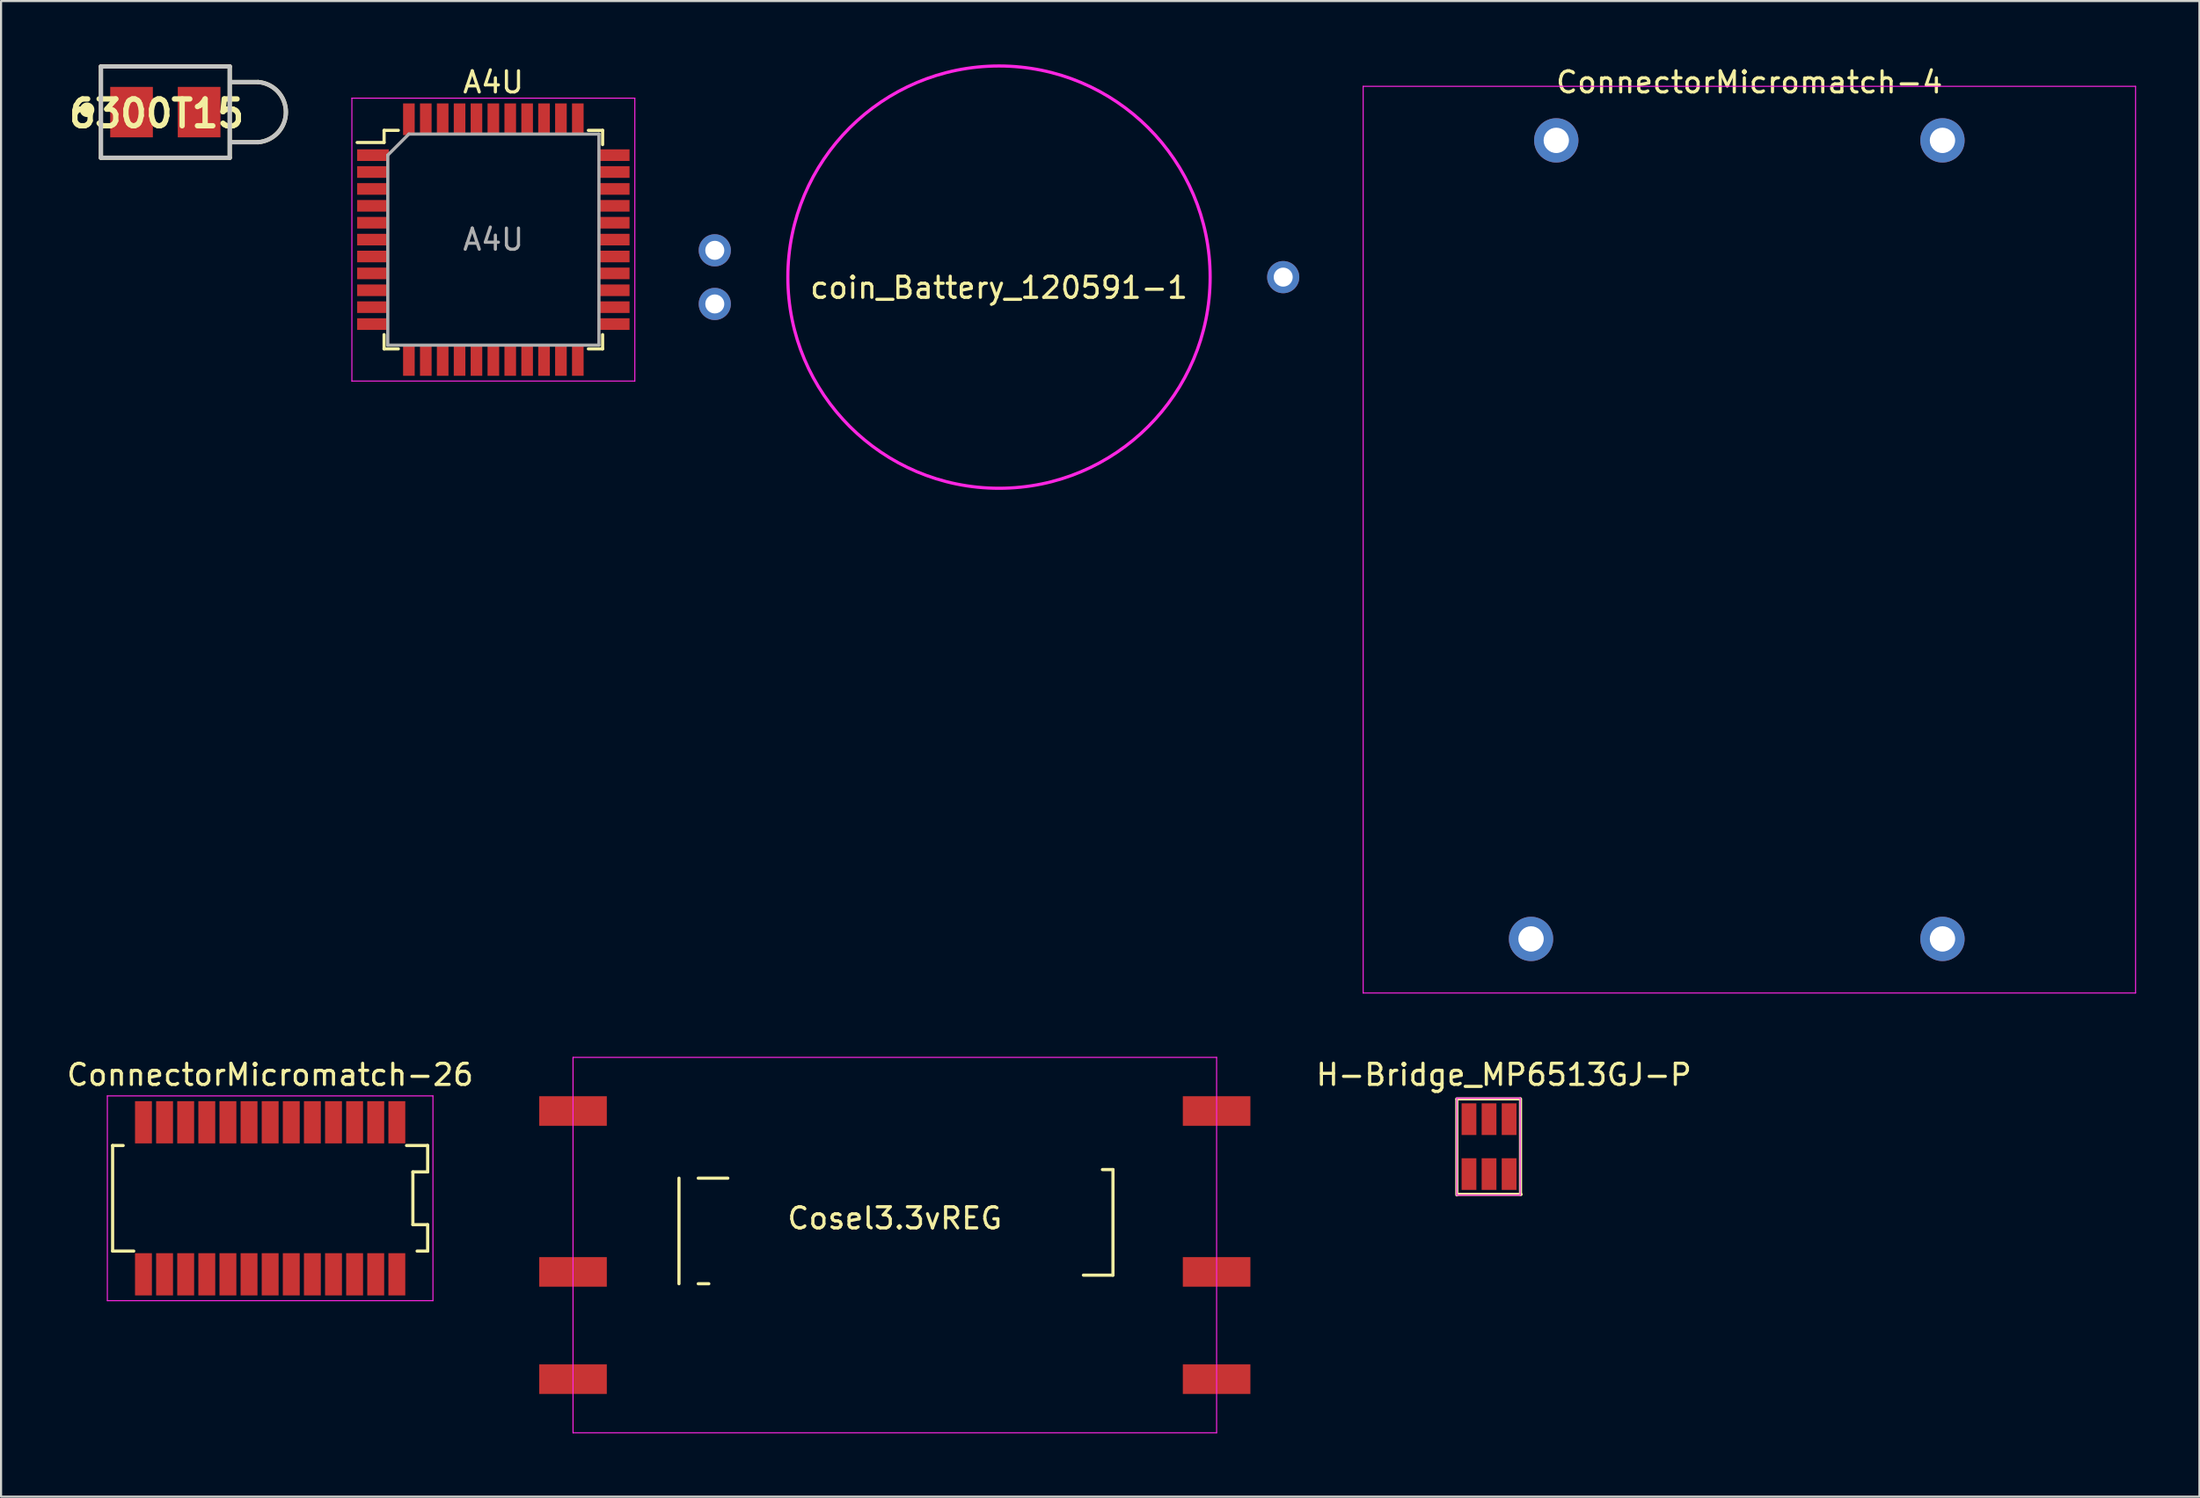
<source format=kicad_pcb>
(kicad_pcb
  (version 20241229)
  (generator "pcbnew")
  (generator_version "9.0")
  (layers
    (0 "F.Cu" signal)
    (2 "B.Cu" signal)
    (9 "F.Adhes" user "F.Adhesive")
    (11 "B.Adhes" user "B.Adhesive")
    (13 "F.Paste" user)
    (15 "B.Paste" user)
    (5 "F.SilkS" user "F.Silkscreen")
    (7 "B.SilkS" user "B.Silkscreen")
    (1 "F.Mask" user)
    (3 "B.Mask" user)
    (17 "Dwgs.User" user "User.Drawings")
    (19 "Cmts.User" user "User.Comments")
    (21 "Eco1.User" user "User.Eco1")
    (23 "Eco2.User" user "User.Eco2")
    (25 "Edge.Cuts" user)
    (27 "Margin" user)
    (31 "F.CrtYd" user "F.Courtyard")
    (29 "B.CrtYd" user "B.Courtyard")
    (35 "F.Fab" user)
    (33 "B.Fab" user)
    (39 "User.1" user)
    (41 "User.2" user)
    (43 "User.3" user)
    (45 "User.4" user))
  (footprint "Cosel3.3vREG"
    (layer "F.Cu")
    (at 39.328 59.728)
    (property "Reference" "Cosel3.3vREG" (at 0 -5.08 0) (layer "F.SilkS") (effects (font (size 1 1) (thickness 0.15))))
    (attr smd)
    (fp_line (start -10.222 -6.979) (end -10.222 -1.979) (stroke (width 0.15) (type solid)) (layer "F.SilkS"))
    (fp_line (start -9.309 -1.979) (end -8.809 -1.979) (stroke (width 0.15) (type solid)) (layer "F.SilkS"))
    (fp_line (start -7.909 -6.979) (end -9.309 -6.979) (stroke (width 0.15) (type solid)) (layer "F.SilkS"))
    (fp_line (start 9.832 -7.386) (end 10.332 -7.386) (stroke (width 0.15) (type solid)) (layer "F.SilkS"))
    (fp_line (start 10.332 -7.386) (end 10.332 -2.386) (stroke (width 0.15) (type solid)) (layer "F.SilkS"))
    (fp_line (start 10.332 -2.386) (end 8.932 -2.386) (stroke (width 0.15) (type solid)) (layer "F.SilkS"))
    (fp_line (start -15.24 -12.7) (end -15.24 5.08) (stroke (width 0.05) (type solid)) (layer "F.CrtYd"))
    (fp_line (start -15.24 5.08) (end 15.24 5.08) (stroke (width 0.05) (type solid)) (layer "F.CrtYd"))
    (fp_line (start 15.24 -12.7) (end -15.24 -12.7) (stroke (width 0.05) (type solid)) (layer "F.CrtYd"))
    (fp_line (start 15.24 -12.7) (end 15.24 5.08) (stroke (width 0.05) (type solid)) (layer "F.CrtYd"))
    (pad "1" smd rect (at -15.24 -10.16 90) (size 1.4 3.2) (layers "F.Cu" "F.Mask" "F.Paste"))
    (pad "2" smd rect (at 15.24 -10.16 90) (size 1.4 3.2) (layers "F.Cu" "F.Mask" "F.Paste"))
    (pad "3" smd rect (at -15.24 -2.54 90) (size 1.4 3.2) (layers "F.Cu" "F.Mask" "F.Paste"))
    (pad "4" smd rect (at 15.24 -2.54 90) (size 1.4 3.2) (layers "F.Cu" "F.Mask" "F.Paste"))
    (pad "5" smd rect (at -15.24 2.54 90) (size 1.4 3.2) (layers "F.Cu" "F.Mask" "F.Paste"))
    (pad "6" smd rect (at 15.24 2.54 90) (size 1.4 3.2) (layers "F.Cu" "F.Mask" "F.Paste")))
  (footprint "ConnectorMicromatch-4"
    (layer "F.Cu")
    (at 79.799 22.508)
    (property "Reference" "ConnectorMicromatch-4" (at 0 -21.66 0) (layer "F.SilkS") (effects (font (size 1 1) (thickness 0.15))))
    (attr smd)
    (fp_line (start -18.29 -21.47) (end -18.29 21.47) (stroke (width 0.05) (type solid)) (layer "F.CrtYd"))
    (fp_line (start -18.29 -21.47) (end 18.29 -21.47) (stroke (width 0.05) (type solid)) (layer "F.CrtYd"))
    (fp_line (start 18.29 -21.47) (end 18.29 21.47) (stroke (width 0.05) (type solid)) (layer "F.CrtYd"))
    (fp_line (start 18.29 21.47) (end -18.29 21.47) (stroke (width 0.05) (type solid)) (layer "F.CrtYd"))
    (pad "1" thru_hole circle (at -10.34 18.91) (size 2.1 2.1) (drill 1.2) (layers "*.Cu" "*.Mask"))
    (pad "1" thru_hole circle (at -9.145 -18.91) (size 2.1 2.1) (drill 1.2) (layers "*.Cu" "*.Mask"))
    (pad "1" thru_hole circle (at 9.145 -18.91) (size 2.1 2.1) (drill 1.2) (layers "*.Cu" "*.Mask"))
    (pad "1" thru_hole circle (at 9.145 18.91) (size 2.1 2.1) (drill 1.2) (layers "*.Cu" "*.Mask")))
  (footprint "6300T15"
    (layer "F.Cu")
    (at 4.78 2.26)
    (property "Reference" "6300T15" (at -0.414 0.071 0) (layer "F.SilkS") (effects (font (size 1.27 1.27) (thickness 0.254))))
    (attr smd)
    (fp_line (start -3.05 -2.16) (end -3.05 2.16) (stroke (width 0.2) (type solid)) (layer "F.SilkS"))
    (fp_line (start -3.05 2.16) (end 3.05 2.16) (stroke (width 0.2) (type solid)) (layer "F.SilkS"))
    (fp_line (start 3.05 -2.16) (end -3.05 -2.16) (stroke (width 0.2) (type solid)) (layer "F.SilkS"))
    (fp_line (start 3.05 2.16) (end 3.05 -2.16) (stroke (width 0.2) (type solid)) (layer "F.SilkS"))
    (fp_line (start 4.4 -1.425) (end 3.058 -1.425) (stroke (width 0.2) (type solid)) (layer "F.SilkS"))
    (fp_line (start 4.4 1.425) (end 3.058 1.425) (stroke (width 0.2) (type solid)) (layer "F.SilkS"))
    (fp_arc (start 4.4 -1.425) (mid 5.709998 0.000388) (end 4.399227 1.425065) (stroke (width 0.2) (type solid)) (layer "F.SilkS"))
    (fp_circle (center -3.706 -0.112) (end -3.797 -0.112) (stroke (width 0.254) (type solid)) (fill no) (layer "F.SilkS"))
    (fp_line (start -3.05 -2.16) (end 3.05 -2.16) (stroke (width 0.2) (type solid)) (layer "Dwgs.User"))
    (fp_line (start -3.05 2.16) (end -3.05 -2.16) (stroke (width 0.2) (type solid)) (layer "Dwgs.User"))
    (fp_line (start 3.05 -2.16) (end 3.05 2.16) (stroke (width 0.2) (type solid)) (layer "Dwgs.User"))
    (fp_line (start 3.05 2.16) (end -3.05 2.16) (stroke (width 0.2) (type solid)) (layer "Dwgs.User"))
    (fp_line (start 3.058 -1.425) (end 4.4 -1.425) (stroke (width 0.2) (type solid)) (layer "Dwgs.User"))
    (fp_line (start 3.058 1.425) (end 4.4 1.425) (stroke (width 0.2) (type solid)) (layer "Dwgs.User"))
    (fp_arc (start 4.399227 -1.425065) (mid 5.709998 -0.000388) (end 4.4 1.425) (stroke (width 0.2) (type solid)) (layer "Dwgs.User"))
    (pad "1" smd rect (at -1.6 0) (size 2.02 2.39) (layers "F.Cu" "F.Mask" "F.Paste"))
    (pad "2" smd rect (at 1.6 0) (size 2.02 2.39) (layers "F.Cu" "F.Mask" "F.Paste")))
  (footprint "coin_Battery_120591-1"
    (layer "F.Cu")
    (at 44.262 10.075)
    (property "Reference" "coin_Battery_120591-1" (at 0 0.5 0) (layer "F.SilkS") (effects (font (size 1 1) (thickness 0.15))))
    (attr through_hole)
    (fp_circle (center 0 0) (end 10 0) (stroke (width 0.15) (type solid)) (fill no) (layer "F.CrtYd"))
    (pad "1" thru_hole circle (at 13.46 0) (size 1.524 1.524) (drill 0.9) (layers "*.Cu" "*.Mask"))
    (pad "2" thru_hole circle (at -13.46 1.27) (size 1.524 1.524) (drill 0.9) (layers "*.Cu" "*.Mask"))
    (pad "3" thru_hole circle (at -13.46 -1.27) (size 1.524 1.524) (drill 0.9) (layers "*.Cu" "*.Mask")))
  (footprint "ConnectorMicromatch-26"
    (layer "F.Cu")
    (at 9.744 53.702)
    (property "Reference" "ConnectorMicromatch-26" (at 0 -5.85 0) (layer "F.SilkS") (effects (font (size 1 1) (thickness 0.15))))
    (attr smd)
    (fp_line (start -7.46 -2.5) (end -7.46 2.5) (stroke (width 0.15) (type solid)) (layer "F.SilkS"))
    (fp_line (start -7.46 2.5) (end -6.46 2.5) (stroke (width 0.15) (type solid)) (layer "F.SilkS"))
    (fp_line (start -6.96 -2.5) (end -7.46 -2.5) (stroke (width 0.15) (type solid)) (layer "F.SilkS"))
    (fp_line (start 6.46 -2.5) (end 7.46 -2.5) (stroke (width 0.15) (type solid)) (layer "F.SilkS"))
    (fp_line (start 6.76 -1.25) (end 6.76 1.25) (stroke (width 0.15) (type solid)) (layer "F.SilkS"))
    (fp_line (start 6.76 1.25) (end 7.46 1.25) (stroke (width 0.15) (type solid)) (layer "F.SilkS"))
    (fp_line (start 7.46 -2.5) (end 7.46 -1.25) (stroke (width 0.15) (type solid)) (layer "F.SilkS"))
    (fp_line (start 7.46 -1.25) (end 6.76 -1.25) (stroke (width 0.15) (type solid)) (layer "F.SilkS"))
    (fp_line (start 7.46 1.25) (end 7.46 2.5) (stroke (width 0.15) (type solid)) (layer "F.SilkS"))
    (fp_line (start 7.46 2.5) (end 6.96 2.5) (stroke (width 0.15) (type solid)) (layer "F.SilkS"))
    (fp_line (start -7.71 -4.85) (end 7.71 -4.85) (stroke (width 0.05) (type solid)) (layer "F.CrtYd"))
    (fp_line (start -7.71 4.85) (end -7.71 -4.85) (stroke (width 0.05) (type solid)) (layer "F.CrtYd"))
    (fp_line (start 7.71 -4.85) (end 7.71 4.85) (stroke (width 0.05) (type solid)) (layer "F.CrtYd"))
    (fp_line (start 7.71 4.85) (end -7.71 4.85) (stroke (width 0.05) (type solid)) (layer "F.CrtYd"))
    (pad "1" smd rect (at -6 -3.6) (size 0.8 2) (layers "F.Cu" "F.Mask" "F.Paste"))
    (pad "2" smd rect (at -6 3.6) (size 0.8 2) (layers "F.Cu" "F.Mask" "F.Paste"))
    (pad "3" smd rect (at -5 -3.6) (size 0.8 2) (layers "F.Cu" "F.Mask" "F.Paste"))
    (pad "4" smd rect (at -5 3.6) (size 0.8 2) (layers "F.Cu" "F.Mask" "F.Paste"))
    (pad "5" smd rect (at -4 -3.6) (size 0.8 2) (layers "F.Cu" "F.Mask" "F.Paste"))
    (pad "6" smd rect (at -4 3.6) (size 0.8 2) (layers "F.Cu" "F.Mask" "F.Paste"))
    (pad "7" smd rect (at -3 -3.6) (size 0.8 2) (layers "F.Cu" "F.Mask" "F.Paste"))
    (pad "8" smd rect (at -3 3.6) (size 0.8 2) (layers "F.Cu" "F.Mask" "F.Paste"))
    (pad "9" smd rect (at -2 -3.6) (size 0.8 2) (layers "F.Cu" "F.Mask" "F.Paste"))
    (pad "10" smd rect (at -2 3.6) (size 0.8 2) (layers "F.Cu" "F.Mask" "F.Paste"))
    (pad "11" smd rect (at -1 -3.6) (size 0.8 2) (layers "F.Cu" "F.Mask" "F.Paste"))
    (pad "12" smd rect (at -1 3.6) (size 0.8 2) (layers "F.Cu" "F.Mask" "F.Paste"))
    (pad "13" smd rect (at 0 -3.6) (size 0.8 2) (layers "F.Cu" "F.Mask" "F.Paste"))
    (pad "14" smd rect (at 0 3.6) (size 0.8 2) (layers "F.Cu" "F.Mask" "F.Paste"))
    (pad "15" smd rect (at 1 -3.6) (size 0.8 2) (layers "F.Cu" "F.Mask" "F.Paste"))
    (pad "16" smd rect (at 1 3.6) (size 0.8 2) (layers "F.Cu" "F.Mask" "F.Paste"))
    (pad "17" smd rect (at 2 -3.6) (size 0.8 2) (layers "F.Cu" "F.Mask" "F.Paste"))
    (pad "18" smd rect (at 2 3.6) (size 0.8 2) (layers "F.Cu" "F.Mask" "F.Paste"))
    (pad "19" smd rect (at 3 -3.6) (size 0.8 2) (layers "F.Cu" "F.Mask" "F.Paste"))
    (pad "20" smd rect (at 3 3.6) (size 0.8 2) (layers "F.Cu" "F.Mask" "F.Paste"))
    (pad "21" smd rect (at 4 -3.6) (size 0.8 2) (layers "F.Cu" "F.Mask" "F.Paste"))
    (pad "22" smd rect (at 4 3.6) (size 0.8 2) (layers "F.Cu" "F.Mask" "F.Paste"))
    (pad "23" smd rect (at 5 -3.6) (size 0.8 2) (layers "F.Cu" "F.Mask" "F.Paste"))
    (pad "24" smd rect (at 5 3.6) (size 0.8 2) (layers "F.Cu" "F.Mask" "F.Paste"))
    (pad "25" smd rect (at 6 -3.6) (size 0.8 2) (layers "F.Cu" "F.Mask" "F.Paste"))
    (pad "26" smd rect (at 6 3.6) (size 0.8 2) (layers "F.Cu" "F.Mask" "F.Paste")))
  (footprint "A4U"
    (layer "F.Cu")
    (at 20.315 8.298)
    (property "Reference" "A4U" (at 0 -7.45 0) (layer "F.SilkS") (effects (font (size 1 1) (thickness 0.15))))
    (attr smd)
    (fp_line (start -5.175 -5.175) (end -5.175 -4.6) (stroke (width 0.15) (type solid)) (layer "F.SilkS"))
    (fp_line (start -5.175 -5.175) (end -4.5 -5.175) (stroke (width 0.15) (type solid)) (layer "F.SilkS"))
    (fp_line (start -5.175 -4.6) (end -6.45 -4.6) (stroke (width 0.15) (type solid)) (layer "F.SilkS"))
    (fp_line (start -5.175 5.175) (end -5.175 4.5) (stroke (width 0.15) (type solid)) (layer "F.SilkS"))
    (fp_line (start -5.175 5.175) (end -4.5 5.175) (stroke (width 0.15) (type solid)) (layer "F.SilkS"))
    (fp_line (start 5.175 -5.175) (end 4.5 -5.175) (stroke (width 0.15) (type solid)) (layer "F.SilkS"))
    (fp_line (start 5.175 -5.175) (end 5.175 -4.5) (stroke (width 0.15) (type solid)) (layer "F.SilkS"))
    (fp_line (start 5.175 5.175) (end 4.5 5.175) (stroke (width 0.15) (type solid)) (layer "F.SilkS"))
    (fp_line (start 5.175 5.175) (end 5.175 4.5) (stroke (width 0.15) (type solid)) (layer "F.SilkS"))
    (fp_line (start -6.7 -6.7) (end -6.7 6.7) (stroke (width 0.05) (type solid)) (layer "F.CrtYd"))
    (fp_line (start -6.7 -6.7) (end 6.7 -6.7) (stroke (width 0.05) (type solid)) (layer "F.CrtYd"))
    (fp_line (start -6.7 6.7) (end 6.7 6.7) (stroke (width 0.05) (type solid)) (layer "F.CrtYd"))
    (fp_line (start 6.7 -6.7) (end 6.7 6.7) (stroke (width 0.05) (type solid)) (layer "F.CrtYd"))
    (fp_line (start -5 -4) (end -4 -5) (stroke (width 0.15) (type solid)) (layer "F.Fab"))
    (fp_line (start -5 5) (end -5 -4) (stroke (width 0.15) (type solid)) (layer "F.Fab"))
    (fp_line (start -4 -5) (end 5 -5) (stroke (width 0.15) (type solid)) (layer "F.Fab"))
    (fp_line (start 5 -5) (end 5 5) (stroke (width 0.15) (type solid)) (layer "F.Fab"))
    (fp_line (start 5 5) (end -5 5) (stroke (width 0.15) (type solid)) (layer "F.Fab"))
    (fp_text user "${REFERENCE}" (at 0 0 0) (layer "F.Fab") (effects (font (size 1 1) (thickness 0.15))))
    (pad "1" smd rect (at -5.7 -4) (size 1.5 0.55) (layers "F.Cu" "F.Mask" "F.Paste"))
    (pad "2" smd rect (at -5.7 -3.2) (size 1.5 0.55) (layers "F.Cu" "F.Mask" "F.Paste"))
    (pad "3" smd rect (at -5.7 -2.4) (size 1.5 0.55) (layers "F.Cu" "F.Mask" "F.Paste"))
    (pad "4" smd rect (at -5.7 -1.6) (size 1.5 0.55) (layers "F.Cu" "F.Mask" "F.Paste"))
    (pad "5" smd rect (at -5.7 -0.8) (size 1.5 0.55) (layers "F.Cu" "F.Mask" "F.Paste"))
    (pad "6" smd rect (at -5.7 0) (size 1.5 0.55) (layers "F.Cu" "F.Mask" "F.Paste"))
    (pad "7" smd rect (at -5.7 0.8) (size 1.5 0.55) (layers "F.Cu" "F.Mask" "F.Paste"))
    (pad "8" smd rect (at -5.7 1.6) (size 1.5 0.55) (layers "F.Cu" "F.Mask" "F.Paste"))
    (pad "9" smd rect (at -5.7 2.4) (size 1.5 0.55) (layers "F.Cu" "F.Mask" "F.Paste"))
    (pad "10" smd rect (at -5.7 3.2) (size 1.5 0.55) (layers "F.Cu" "F.Mask" "F.Paste"))
    (pad "11" smd rect (at -5.7 4) (size 1.5 0.55) (layers "F.Cu" "F.Mask" "F.Paste"))
    (pad "12" smd rect (at -4 5.7 90) (size 1.5 0.55) (layers "F.Cu" "F.Mask" "F.Paste"))
    (pad "13" smd rect (at -3.2 5.7 90) (size 1.5 0.55) (layers "F.Cu" "F.Mask" "F.Paste"))
    (pad "14" smd rect (at -2.4 5.7 90) (size 1.5 0.55) (layers "F.Cu" "F.Mask" "F.Paste"))
    (pad "15" smd rect (at -1.6 5.7 90) (size 1.5 0.55) (layers "F.Cu" "F.Mask" "F.Paste"))
    (pad "16" smd rect (at -0.8 5.7 90) (size 1.5 0.55) (layers "F.Cu" "F.Mask" "F.Paste"))
    (pad "17" smd rect (at 0 5.7 90) (size 1.5 0.55) (layers "F.Cu" "F.Mask" "F.Paste"))
    (pad "18" smd rect (at 0.8 5.7 90) (size 1.5 0.55) (layers "F.Cu" "F.Mask" "F.Paste"))
    (pad "19" smd rect (at 1.6 5.7 90) (size 1.5 0.55) (layers "F.Cu" "F.Mask" "F.Paste"))
    (pad "20" smd rect (at 2.4 5.7 90) (size 1.5 0.55) (layers "F.Cu" "F.Mask" "F.Paste"))
    (pad "21" smd rect (at 3.2 5.7 90) (size 1.5 0.55) (layers "F.Cu" "F.Mask" "F.Paste"))
    (pad "22" smd rect (at 4 5.7 90) (size 1.5 0.55) (layers "F.Cu" "F.Mask" "F.Paste"))
    (pad "23" smd rect (at 5.7 4) (size 1.5 0.55) (layers "F.Cu" "F.Mask" "F.Paste"))
    (pad "24" smd rect (at 5.7 3.2) (size 1.5 0.55) (layers "F.Cu" "F.Mask" "F.Paste"))
    (pad "25" smd rect (at 5.7 2.4) (size 1.5 0.55) (layers "F.Cu" "F.Mask" "F.Paste"))
    (pad "26" smd rect (at 5.7 1.6) (size 1.5 0.55) (layers "F.Cu" "F.Mask" "F.Paste"))
    (pad "27" smd rect (at 5.7 0.8) (size 1.5 0.55) (layers "F.Cu" "F.Mask" "F.Paste"))
    (pad "28" smd rect (at 5.7 0) (size 1.5 0.55) (layers "F.Cu" "F.Mask" "F.Paste"))
    (pad "29" smd rect (at 5.7 -0.8) (size 1.5 0.55) (layers "F.Cu" "F.Mask" "F.Paste"))
    (pad "30" smd rect (at 5.7 -1.6) (size 1.5 0.55) (layers "F.Cu" "F.Mask" "F.Paste"))
    (pad "31" smd rect (at 5.7 -2.4) (size 1.5 0.55) (layers "F.Cu" "F.Mask" "F.Paste"))
    (pad "32" smd rect (at 5.7 -3.2) (size 1.5 0.55) (layers "F.Cu" "F.Mask" "F.Paste"))
    (pad "33" smd rect (at 5.7 -4) (size 1.5 0.55) (layers "F.Cu" "F.Mask" "F.Paste"))
    (pad "34" smd rect (at 4 -5.7 90) (size 1.5 0.55) (layers "F.Cu" "F.Mask" "F.Paste"))
    (pad "35" smd rect (at 3.2 -5.7 90) (size 1.5 0.55) (layers "F.Cu" "F.Mask" "F.Paste"))
    (pad "36" smd rect (at 2.4 -5.7 90) (size 1.5 0.55) (layers "F.Cu" "F.Mask" "F.Paste"))
    (pad "37" smd rect (at 1.6 -5.7 90) (size 1.5 0.55) (layers "F.Cu" "F.Mask" "F.Paste"))
    (pad "38" smd rect (at 0.8 -5.7 90) (size 1.5 0.55) (layers "F.Cu" "F.Mask" "F.Paste"))
    (pad "39" smd rect (at 0 -5.7 90) (size 1.5 0.55) (layers "F.Cu" "F.Mask" "F.Paste"))
    (pad "40" smd rect (at -0.8 -5.7 90) (size 1.5 0.55) (layers "F.Cu" "F.Mask" "F.Paste"))
    (pad "41" smd rect (at -1.6 -5.7 90) (size 1.5 0.55) (layers "F.Cu" "F.Mask" "F.Paste"))
    (pad "42" smd rect (at -2.4 -5.7 90) (size 1.5 0.55) (layers "F.Cu" "F.Mask" "F.Paste"))
    (pad "43" smd rect (at -3.2 -5.7 90) (size 1.5 0.55) (layers "F.Cu" "F.Mask" "F.Paste"))
    (pad "44" smd rect (at -4 -5.7 90) (size 1.5 0.55) (layers "F.Cu" "F.Mask" "F.Paste")))
  (footprint "H-Bridge_MP6513GJ-P"
    (layer "F.Cu")
    (at 67.945 51.255)
    (property "Reference" "H-Bridge_MP6513GJ-P" (at 0.229 -3.404 0) (layer "F.SilkS") (effects (font (size 1 1) (thickness 0.15))))
    (attr smd)
    (fp_line (start -2 2.286) (end -2 -2.235) (stroke (width 0.15) (type solid)) (layer "F.SilkS"))
    (fp_line (start 1 -2.261) (end -2 -2.261) (stroke (width 0.15) (type solid)) (layer "F.SilkS"))
    (fp_line (start 1.016 -2.261) (end 1.016 2.261) (stroke (width 0.15) (type solid)) (layer "F.SilkS"))
    (fp_line (start 1.041 2.261) (end -1.959 2.261) (stroke (width 0.15) (type solid)) (layer "F.SilkS"))
    (fp_line (start -2 -2.3) (end -2 2.3) (stroke (width 0.05) (type solid)) (layer "F.CrtYd"))
    (fp_line (start -2 -2.3) (end 1 -2.3) (stroke (width 0.05) (type solid)) (layer "F.CrtYd"))
    (fp_line (start 1 -2.3) (end 1 2.3) (stroke (width 0.05) (type solid)) (layer "F.CrtYd"))
    (fp_line (start 1 2.3) (end -2 2.3) (stroke (width 0.05) (type solid)) (layer "F.CrtYd"))
    (pad "1" smd rect (at -1.425 1.3) (size 0.7 1.5) (layers "F.Cu" "F.Mask" "F.Paste"))
    (pad "2" smd rect (at -0.475 1.3) (size 0.7 1.5) (layers "F.Cu" "F.Mask" "F.Paste"))
    (pad "3" smd rect (at 0.475 1.3) (size 0.7 1.5) (layers "F.Cu" "F.Mask" "F.Paste"))
    (pad "4" smd rect (at 0.475 -1.3) (size 0.7 1.5) (layers "F.Cu" "F.Mask" "F.Paste"))
    (pad "5" smd rect (at -0.475 -1.3) (size 0.7 1.5) (layers "F.Cu" "F.Mask" "F.Paste"))
    (pad "6" smd rect (at -1.425 -1.3) (size 0.7 1.5) (layers "F.Cu" "F.Mask" "F.Paste")))
  (gr_rect
    (start -3 -3)
    (end 101.114 67.833)
    (stroke (width 0.1) (type default))
    (fill no)
    (layer "Edge.Cuts")))
</source>
